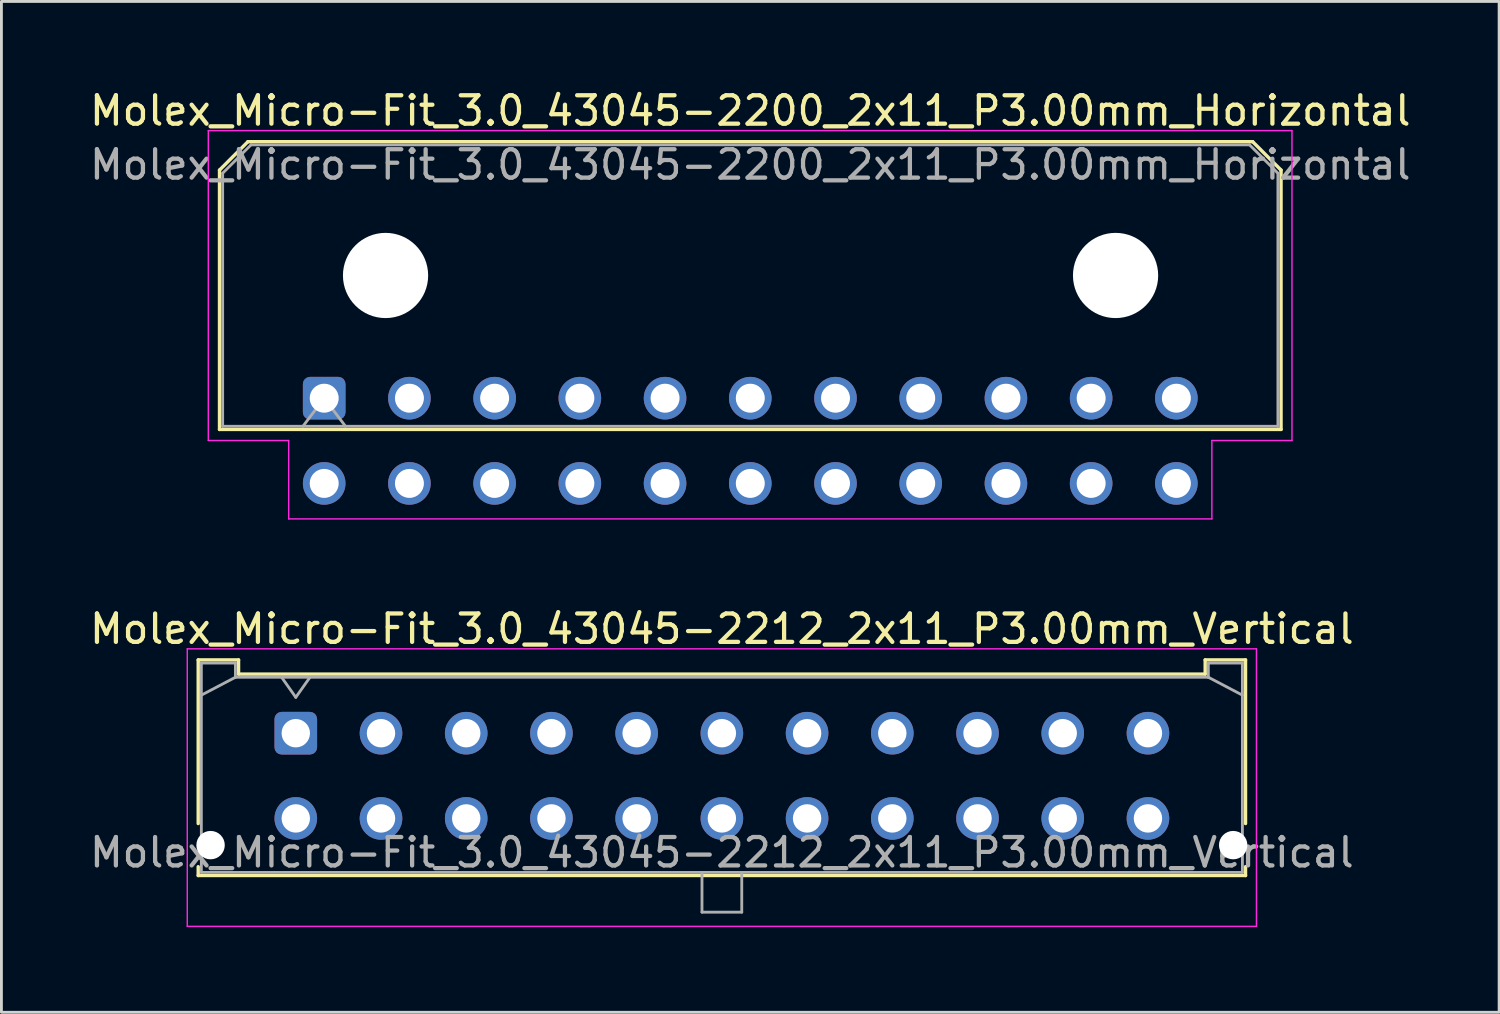
<source format=kicad_pcb>
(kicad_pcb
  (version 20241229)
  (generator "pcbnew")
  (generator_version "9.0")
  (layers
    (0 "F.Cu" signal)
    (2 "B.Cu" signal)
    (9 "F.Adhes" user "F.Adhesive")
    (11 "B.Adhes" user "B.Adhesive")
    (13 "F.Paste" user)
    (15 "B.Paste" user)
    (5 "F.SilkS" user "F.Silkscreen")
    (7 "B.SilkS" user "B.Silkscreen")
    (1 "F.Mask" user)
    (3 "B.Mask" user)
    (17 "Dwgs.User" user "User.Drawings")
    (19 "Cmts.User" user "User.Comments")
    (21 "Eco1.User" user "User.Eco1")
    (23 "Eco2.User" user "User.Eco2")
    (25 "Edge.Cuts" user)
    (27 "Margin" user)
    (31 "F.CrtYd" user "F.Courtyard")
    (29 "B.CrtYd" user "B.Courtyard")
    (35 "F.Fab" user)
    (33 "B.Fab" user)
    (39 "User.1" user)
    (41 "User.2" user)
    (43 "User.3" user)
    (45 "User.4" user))
  (footprint "Molex_Micro-Fit_3.0_43045-2200_2x11_P3.00mm_Horizontal"
    (layer "F.Cu")
    (at 8.363 10.968)
    (property "Reference" "Molex_Micro-Fit_3.0_43045-2200_2x11_P3.00mm_Horizontal" (at 15 -10.12 0) (layer "F.SilkS") (effects (font (size 1 1) (thickness 0.15))))
    (attr through_hole)
    (fp_line (start -3.685 -8.03) (end -2.685 -9.03) (stroke (width 0.12) (type solid)) (layer "F.SilkS"))
    (fp_line (start -3.685 1.1) (end -3.685 -8.03) (stroke (width 0.12) (type solid)) (layer "F.SilkS"))
    (fp_line (start -2.685 -9.03) (end 32.685 -9.03) (stroke (width 0.12) (type solid)) (layer "F.SilkS"))
    (fp_line (start 32.685 -9.03) (end 33.685 -8.03) (stroke (width 0.12) (type solid)) (layer "F.SilkS"))
    (fp_line (start 33.685 -8.03) (end 33.685 1.1) (stroke (width 0.12) (type solid)) (layer "F.SilkS"))
    (fp_line (start 33.685 1.1) (end -3.685 1.1) (stroke (width 0.12) (type solid)) (layer "F.SilkS"))
    (fp_line (start -4.08 -9.42) (end 34.07 -9.42) (stroke (width 0.05) (type solid)) (layer "F.CrtYd"))
    (fp_line (start -4.08 1.49) (end -4.08 -9.42) (stroke (width 0.05) (type solid)) (layer "F.CrtYd"))
    (fp_line (start -1.25 1.49) (end -4.08 1.49) (stroke (width 0.05) (type solid)) (layer "F.CrtYd"))
    (fp_line (start -1.25 4.25) (end -1.25 1.49) (stroke (width 0.05) (type solid)) (layer "F.CrtYd"))
    (fp_line (start 31.25 1.49) (end 31.25 4.25) (stroke (width 0.05) (type solid)) (layer "F.CrtYd"))
    (fp_line (start 31.25 4.25) (end -1.25 4.25) (stroke (width 0.05) (type solid)) (layer "F.CrtYd"))
    (fp_line (start 34.07 -9.42) (end 34.07 1.49) (stroke (width 0.05) (type solid)) (layer "F.CrtYd"))
    (fp_line (start 34.07 1.49) (end 31.25 1.49) (stroke (width 0.05) (type solid)) (layer "F.CrtYd"))
    (fp_line (start -3.575 -7.92) (end -2.575 -8.92) (stroke (width 0.1) (type solid)) (layer "F.Fab"))
    (fp_line (start -3.575 0.99) (end -3.575 -7.92) (stroke (width 0.1) (type solid)) (layer "F.Fab"))
    (fp_line (start -2.575 -8.92) (end 32.575 -8.92) (stroke (width 0.1) (type solid)) (layer "F.Fab"))
    (fp_line (start -0.75 0.99) (end 0 0) (stroke (width 0.1) (type solid)) (layer "F.Fab"))
    (fp_line (start 0 0) (end 0.75 0.99) (stroke (width 0.1) (type solid)) (layer "F.Fab"))
    (fp_line (start 32.575 -8.92) (end 33.575 -7.92) (stroke (width 0.1) (type solid)) (layer "F.Fab"))
    (fp_line (start 33.575 -7.92) (end 33.575 0.99) (stroke (width 0.1) (type solid)) (layer "F.Fab"))
    (fp_line (start 33.575 0.99) (end -3.575 0.99) (stroke (width 0.1) (type solid)) (layer "F.Fab"))
    (fp_text user "${REFERENCE}" (at 15 -8.22 0) (layer "F.Fab") (effects (font (size 1 1) (thickness 0.15))))
    (pad "" np_thru_hole circle (at 2.16 -4.32) (size 3 3) (drill 3) (layers "*.Cu" "*.Mask"))
    (pad "" np_thru_hole circle (at 27.86 -4.32) (size 3 3) (drill 3) (layers "*.Cu" "*.Mask"))
    (pad "1" thru_hole roundrect (at 0 0) (size 1.5 1.5) (drill 1.02) (layers "*.Cu" "*.Mask") (roundrect_rratio 0.167))
    (pad "2" thru_hole circle (at 3 0) (size 1.5 1.5) (drill 1.02) (layers "*.Cu" "*.Mask"))
    (pad "3" thru_hole circle (at 6 0) (size 1.5 1.5) (drill 1.02) (layers "*.Cu" "*.Mask"))
    (pad "4" thru_hole circle (at 9 0) (size 1.5 1.5) (drill 1.02) (layers "*.Cu" "*.Mask"))
    (pad "5" thru_hole circle (at 12 0) (size 1.5 1.5) (drill 1.02) (layers "*.Cu" "*.Mask"))
    (pad "6" thru_hole circle (at 15 0) (size 1.5 1.5) (drill 1.02) (layers "*.Cu" "*.Mask"))
    (pad "7" thru_hole circle (at 18 0) (size 1.5 1.5) (drill 1.02) (layers "*.Cu" "*.Mask"))
    (pad "8" thru_hole circle (at 21 0) (size 1.5 1.5) (drill 1.02) (layers "*.Cu" "*.Mask"))
    (pad "9" thru_hole circle (at 24 0) (size 1.5 1.5) (drill 1.02) (layers "*.Cu" "*.Mask"))
    (pad "10" thru_hole circle (at 27 0) (size 1.5 1.5) (drill 1.02) (layers "*.Cu" "*.Mask"))
    (pad "11" thru_hole circle (at 30 0) (size 1.5 1.5) (drill 1.02) (layers "*.Cu" "*.Mask"))
    (pad "12" thru_hole circle (at 0 3) (size 1.5 1.5) (drill 1.02) (layers "*.Cu" "*.Mask"))
    (pad "13" thru_hole circle (at 3 3) (size 1.5 1.5) (drill 1.02) (layers "*.Cu" "*.Mask"))
    (pad "14" thru_hole circle (at 6 3) (size 1.5 1.5) (drill 1.02) (layers "*.Cu" "*.Mask"))
    (pad "15" thru_hole circle (at 9 3) (size 1.5 1.5) (drill 1.02) (layers "*.Cu" "*.Mask"))
    (pad "16" thru_hole circle (at 12 3) (size 1.5 1.5) (drill 1.02) (layers "*.Cu" "*.Mask"))
    (pad "17" thru_hole circle (at 15 3) (size 1.5 1.5) (drill 1.02) (layers "*.Cu" "*.Mask"))
    (pad "18" thru_hole circle (at 18 3) (size 1.5 1.5) (drill 1.02) (layers "*.Cu" "*.Mask"))
    (pad "19" thru_hole circle (at 21 3) (size 1.5 1.5) (drill 1.02) (layers "*.Cu" "*.Mask"))
    (pad "20" thru_hole circle (at 24 3) (size 1.5 1.5) (drill 1.02) (layers "*.Cu" "*.Mask"))
    (pad "21" thru_hole circle (at 27 3) (size 1.5 1.5) (drill 1.02) (layers "*.Cu" "*.Mask"))
    (pad "22" thru_hole circle (at 30 3) (size 1.5 1.5) (drill 1.02) (layers "*.Cu" "*.Mask")))
  (footprint "Molex_Micro-Fit_3.0_43045-2212_2x11_P3.00mm_Vertical"
    (layer "F.Cu")
    (at 7.363 22.762)
    (property "Reference" "Molex_Micro-Fit_3.0_43045-2212_2x11_P3.00mm_Vertical" (at 15 -3.67 0) (layer "F.SilkS") (effects (font (size 1 1) (thickness 0.15))))
    (attr through_hole)
    (fp_line (start -3.435 -2.58) (end -2.015 -2.58) (stroke (width 0.12) (type solid)) (layer "F.SilkS"))
    (fp_line (start -3.435 3.18) (end -3.435 -2.58) (stroke (width 0.12) (type solid)) (layer "F.SilkS"))
    (fp_line (start -3.435 4.7) (end -3.435 5.01) (stroke (width 0.12) (type solid)) (layer "F.SilkS"))
    (fp_line (start -3.435 5.01) (end 33.435 5.01) (stroke (width 0.12) (type solid)) (layer "F.SilkS"))
    (fp_line (start -2.015 -2.58) (end -2.015 -2.08) (stroke (width 0.12) (type solid)) (layer "F.SilkS"))
    (fp_line (start -2.015 -2.08) (end 32.015 -2.08) (stroke (width 0.12) (type solid)) (layer "F.SilkS"))
    (fp_line (start 32.015 -2.58) (end 33.435 -2.58) (stroke (width 0.12) (type solid)) (layer "F.SilkS"))
    (fp_line (start 32.015 -2.08) (end 32.015 -2.58) (stroke (width 0.12) (type solid)) (layer "F.SilkS"))
    (fp_line (start 33.435 -2.58) (end 33.435 3.18) (stroke (width 0.12) (type solid)) (layer "F.SilkS"))
    (fp_line (start 33.435 5.01) (end 33.435 4.7) (stroke (width 0.12) (type solid)) (layer "F.SilkS"))
    (fp_line (start -3.82 -2.97) (end 33.82 -2.97) (stroke (width 0.05) (type solid)) (layer "F.CrtYd"))
    (fp_line (start -3.82 6.8) (end -3.82 -2.97) (stroke (width 0.05) (type solid)) (layer "F.CrtYd"))
    (fp_line (start 33.82 -2.97) (end 33.82 6.8) (stroke (width 0.05) (type solid)) (layer "F.CrtYd"))
    (fp_line (start 33.82 6.8) (end -3.82 6.8) (stroke (width 0.05) (type solid)) (layer "F.CrtYd"))
    (fp_line (start -3.325 -2.47) (end -3.325 4.9) (stroke (width 0.1) (type solid)) (layer "F.Fab"))
    (fp_line (start -3.325 -1.34) (end -2.125 -1.97) (stroke (width 0.1) (type solid)) (layer "F.Fab"))
    (fp_line (start -3.325 4.9) (end 33.325 4.9) (stroke (width 0.1) (type solid)) (layer "F.Fab"))
    (fp_line (start -2.125 -2.47) (end -3.325 -2.47) (stroke (width 0.1) (type solid)) (layer "F.Fab"))
    (fp_line (start -2.125 -1.97) (end -2.125 -2.47) (stroke (width 0.1) (type solid)) (layer "F.Fab"))
    (fp_line (start -0.5 -1.97) (end 0 -1.263) (stroke (width 0.1) (type solid)) (layer "F.Fab"))
    (fp_line (start 0 -1.263) (end 0.5 -1.97) (stroke (width 0.1) (type solid)) (layer "F.Fab"))
    (fp_line (start 14.3 4.9) (end 14.3 6.3) (stroke (width 0.1) (type solid)) (layer "F.Fab"))
    (fp_line (start 14.3 6.3) (end 15.7 6.3) (stroke (width 0.1) (type solid)) (layer "F.Fab"))
    (fp_line (start 15.7 6.3) (end 15.7 4.9) (stroke (width 0.1) (type solid)) (layer "F.Fab"))
    (fp_line (start 32.125 -2.47) (end 32.125 -1.97) (stroke (width 0.1) (type solid)) (layer "F.Fab"))
    (fp_line (start 32.125 -1.97) (end -2.125 -1.97) (stroke (width 0.1) (type solid)) (layer "F.Fab"))
    (fp_line (start 33.325 -2.47) (end 32.125 -2.47) (stroke (width 0.1) (type solid)) (layer "F.Fab"))
    (fp_line (start 33.325 -1.34) (end 32.125 -1.97) (stroke (width 0.1) (type solid)) (layer "F.Fab"))
    (fp_line (start 33.325 4.9) (end 33.325 -2.47) (stroke (width 0.1) (type solid)) (layer "F.Fab"))
    (fp_text user "${REFERENCE}" (at 15 4.2 0) (layer "F.Fab") (effects (font (size 1 1) (thickness 0.15))))
    (pad "" np_thru_hole circle (at -3 3.94) (size 1 1) (drill 1) (layers "*.Cu" "*.Mask"))
    (pad "" np_thru_hole circle (at 33 3.94) (size 1 1) (drill 1) (layers "*.Cu" "*.Mask"))
    (pad "1" thru_hole roundrect (at 0 0) (size 1.5 1.5) (drill 1) (layers "*.Cu" "*.Mask") (roundrect_rratio 0.167))
    (pad "2" thru_hole circle (at 3 0) (size 1.5 1.5) (drill 1) (layers "*.Cu" "*.Mask"))
    (pad "3" thru_hole circle (at 6 0) (size 1.5 1.5) (drill 1) (layers "*.Cu" "*.Mask"))
    (pad "4" thru_hole circle (at 9 0) (size 1.5 1.5) (drill 1) (layers "*.Cu" "*.Mask"))
    (pad "5" thru_hole circle (at 12 0) (size 1.5 1.5) (drill 1) (layers "*.Cu" "*.Mask"))
    (pad "6" thru_hole circle (at 15 0) (size 1.5 1.5) (drill 1) (layers "*.Cu" "*.Mask"))
    (pad "7" thru_hole circle (at 18 0) (size 1.5 1.5) (drill 1) (layers "*.Cu" "*.Mask"))
    (pad "8" thru_hole circle (at 21 0) (size 1.5 1.5) (drill 1) (layers "*.Cu" "*.Mask"))
    (pad "9" thru_hole circle (at 24 0) (size 1.5 1.5) (drill 1) (layers "*.Cu" "*.Mask"))
    (pad "10" thru_hole circle (at 27 0) (size 1.5 1.5) (drill 1) (layers "*.Cu" "*.Mask"))
    (pad "11" thru_hole circle (at 30 0) (size 1.5 1.5) (drill 1) (layers "*.Cu" "*.Mask"))
    (pad "12" thru_hole circle (at 0 3) (size 1.5 1.5) (drill 1) (layers "*.Cu" "*.Mask"))
    (pad "13" thru_hole circle (at 3 3) (size 1.5 1.5) (drill 1) (layers "*.Cu" "*.Mask"))
    (pad "14" thru_hole circle (at 6 3) (size 1.5 1.5) (drill 1) (layers "*.Cu" "*.Mask"))
    (pad "15" thru_hole circle (at 9 3) (size 1.5 1.5) (drill 1) (layers "*.Cu" "*.Mask"))
    (pad "16" thru_hole circle (at 12 3) (size 1.5 1.5) (drill 1) (layers "*.Cu" "*.Mask"))
    (pad "17" thru_hole circle (at 15 3) (size 1.5 1.5) (drill 1) (layers "*.Cu" "*.Mask"))
    (pad "18" thru_hole circle (at 18 3) (size 1.5 1.5) (drill 1) (layers "*.Cu" "*.Mask"))
    (pad "19" thru_hole circle (at 21 3) (size 1.5 1.5) (drill 1) (layers "*.Cu" "*.Mask"))
    (pad "20" thru_hole circle (at 24 3) (size 1.5 1.5) (drill 1) (layers "*.Cu" "*.Mask"))
    (pad "21" thru_hole circle (at 27 3) (size 1.5 1.5) (drill 1) (layers "*.Cu" "*.Mask"))
    (pad "22" thru_hole circle (at 30 3) (size 1.5 1.5) (drill 1) (layers "*.Cu" "*.Mask")))
  (gr_rect
    (start -3 -3)
    (end 49.726 32.587)
    (stroke (width 0.1) (type default))
    (fill no)
    (layer "Edge.Cuts")))
</source>
